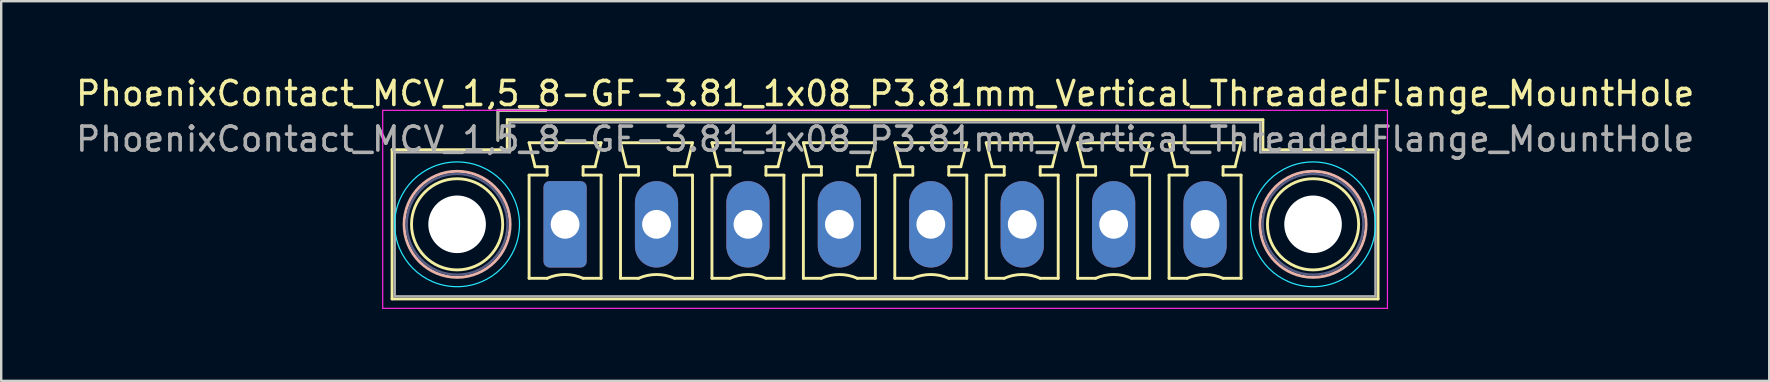
<source format=kicad_pcb>
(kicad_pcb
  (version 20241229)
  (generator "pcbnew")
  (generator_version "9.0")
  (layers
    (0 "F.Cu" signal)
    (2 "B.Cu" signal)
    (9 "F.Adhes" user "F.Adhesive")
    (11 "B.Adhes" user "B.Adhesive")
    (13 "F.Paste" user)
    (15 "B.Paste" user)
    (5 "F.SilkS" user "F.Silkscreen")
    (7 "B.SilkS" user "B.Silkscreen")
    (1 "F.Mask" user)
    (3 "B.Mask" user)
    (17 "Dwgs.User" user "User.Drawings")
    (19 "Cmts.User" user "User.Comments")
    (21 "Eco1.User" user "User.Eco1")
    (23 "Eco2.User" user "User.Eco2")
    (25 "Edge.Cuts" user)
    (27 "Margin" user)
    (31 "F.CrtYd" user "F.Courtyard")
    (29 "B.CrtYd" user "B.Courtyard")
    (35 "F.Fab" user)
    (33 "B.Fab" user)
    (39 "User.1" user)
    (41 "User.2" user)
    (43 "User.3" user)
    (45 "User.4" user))
  (footprint "PhoenixContact_MCV_1,5_8-GF-3.81_1x08_P3.81mm_Vertical_ThreadedFlange_MountHole"
    (layer "F.Cu")
    (at 20.499 6.298)
    (property "Reference" "PhoenixContact_MCV_1,5_8-GF-3.81_1x08_P3.81mm_Vertical_ThreadedFlange_MountHole" (at 13.34 -5.45 0) (layer "F.SilkS") (effects (font (size 1 1) (thickness 0.15))))
    (attr through_hole)
    (fp_line (start -7.21 -3.11) (end -7.21 3.11) (stroke (width 0.12) (type solid)) (layer "F.SilkS"))
    (fp_line (start -7.21 3.11) (end 33.88 3.11) (stroke (width 0.12) (type solid)) (layer "F.SilkS"))
    (fp_line (start -2.8 -4.75) (end -0.8 -4.75) (stroke (width 0.12) (type solid)) (layer "F.SilkS"))
    (fp_line (start -2.8 -3.5) (end -2.8 -4.75) (stroke (width 0.12) (type solid)) (layer "F.SilkS"))
    (fp_line (start -2.41 -4.36) (end -2.41 -3.11) (stroke (width 0.12) (type solid)) (layer "F.SilkS"))
    (fp_line (start -2.41 -3.11) (end -7.21 -3.11) (stroke (width 0.12) (type solid)) (layer "F.SilkS"))
    (fp_line (start -1.5 -3.4) (end 1.5 -3.4) (stroke (width 0.12) (type solid)) (layer "F.SilkS"))
    (fp_line (start -1.5 -2.05) (end -0.75 -2.05) (stroke (width 0.12) (type solid)) (layer "F.SilkS"))
    (fp_line (start -1.5 2.25) (end -1.5 -2.05) (stroke (width 0.12) (type solid)) (layer "F.SilkS"))
    (fp_line (start -1.25 -2.4) (end -1.5 -3.4) (stroke (width 0.12) (type solid)) (layer "F.SilkS"))
    (fp_line (start -0.75 -2.4) (end -1.25 -2.4) (stroke (width 0.12) (type solid)) (layer "F.SilkS"))
    (fp_line (start -0.75 -2.05) (end -0.75 -2.4) (stroke (width 0.12) (type solid)) (layer "F.SilkS"))
    (fp_line (start -0.75 2.25) (end -1.5 2.25) (stroke (width 0.12) (type solid)) (layer "F.SilkS"))
    (fp_line (start 0.75 -2.4) (end 0.75 -2.05) (stroke (width 0.12) (type solid)) (layer "F.SilkS"))
    (fp_line (start 0.75 -2.05) (end 1.5 -2.05) (stroke (width 0.12) (type solid)) (layer "F.SilkS"))
    (fp_line (start 1.25 -2.4) (end 0.75 -2.4) (stroke (width 0.12) (type solid)) (layer "F.SilkS"))
    (fp_line (start 1.5 -3.4) (end 1.25 -2.4) (stroke (width 0.12) (type solid)) (layer "F.SilkS"))
    (fp_line (start 1.5 -2.05) (end 1.5 2.25) (stroke (width 0.12) (type solid)) (layer "F.SilkS"))
    (fp_line (start 1.5 2.25) (end 0.75 2.25) (stroke (width 0.12) (type solid)) (layer "F.SilkS"))
    (fp_line (start 2.31 -3.4) (end 5.31 -3.4) (stroke (width 0.12) (type solid)) (layer "F.SilkS"))
    (fp_line (start 2.31 -2.05) (end 3.06 -2.05) (stroke (width 0.12) (type solid)) (layer "F.SilkS"))
    (fp_line (start 2.31 2.25) (end 2.31 -2.05) (stroke (width 0.12) (type solid)) (layer "F.SilkS"))
    (fp_line (start 2.56 -2.4) (end 2.31 -3.4) (stroke (width 0.12) (type solid)) (layer "F.SilkS"))
    (fp_line (start 3.06 -2.4) (end 2.56 -2.4) (stroke (width 0.12) (type solid)) (layer "F.SilkS"))
    (fp_line (start 3.06 -2.05) (end 3.06 -2.4) (stroke (width 0.12) (type solid)) (layer "F.SilkS"))
    (fp_line (start 3.06 2.25) (end 2.31 2.25) (stroke (width 0.12) (type solid)) (layer "F.SilkS"))
    (fp_line (start 4.56 -2.4) (end 4.56 -2.05) (stroke (width 0.12) (type solid)) (layer "F.SilkS"))
    (fp_line (start 4.56 -2.05) (end 5.31 -2.05) (stroke (width 0.12) (type solid)) (layer "F.SilkS"))
    (fp_line (start 5.06 -2.4) (end 4.56 -2.4) (stroke (width 0.12) (type solid)) (layer "F.SilkS"))
    (fp_line (start 5.31 -3.4) (end 5.06 -2.4) (stroke (width 0.12) (type solid)) (layer "F.SilkS"))
    (fp_line (start 5.31 -2.05) (end 5.31 2.25) (stroke (width 0.12) (type solid)) (layer "F.SilkS"))
    (fp_line (start 5.31 2.25) (end 4.56 2.25) (stroke (width 0.12) (type solid)) (layer "F.SilkS"))
    (fp_line (start 6.12 -3.4) (end 9.12 -3.4) (stroke (width 0.12) (type solid)) (layer "F.SilkS"))
    (fp_line (start 6.12 -2.05) (end 6.87 -2.05) (stroke (width 0.12) (type solid)) (layer "F.SilkS"))
    (fp_line (start 6.12 2.25) (end 6.12 -2.05) (stroke (width 0.12) (type solid)) (layer "F.SilkS"))
    (fp_line (start 6.37 -2.4) (end 6.12 -3.4) (stroke (width 0.12) (type solid)) (layer "F.SilkS"))
    (fp_line (start 6.87 -2.4) (end 6.37 -2.4) (stroke (width 0.12) (type solid)) (layer "F.SilkS"))
    (fp_line (start 6.87 -2.05) (end 6.87 -2.4) (stroke (width 0.12) (type solid)) (layer "F.SilkS"))
    (fp_line (start 6.87 2.25) (end 6.12 2.25) (stroke (width 0.12) (type solid)) (layer "F.SilkS"))
    (fp_line (start 8.37 -2.4) (end 8.37 -2.05) (stroke (width 0.12) (type solid)) (layer "F.SilkS"))
    (fp_line (start 8.37 -2.05) (end 9.12 -2.05) (stroke (width 0.12) (type solid)) (layer "F.SilkS"))
    (fp_line (start 8.87 -2.4) (end 8.37 -2.4) (stroke (width 0.12) (type solid)) (layer "F.SilkS"))
    (fp_line (start 9.12 -3.4) (end 8.87 -2.4) (stroke (width 0.12) (type solid)) (layer "F.SilkS"))
    (fp_line (start 9.12 -2.05) (end 9.12 2.25) (stroke (width 0.12) (type solid)) (layer "F.SilkS"))
    (fp_line (start 9.12 2.25) (end 8.37 2.25) (stroke (width 0.12) (type solid)) (layer "F.SilkS"))
    (fp_line (start 9.93 -3.4) (end 12.93 -3.4) (stroke (width 0.12) (type solid)) (layer "F.SilkS"))
    (fp_line (start 9.93 -2.05) (end 10.68 -2.05) (stroke (width 0.12) (type solid)) (layer "F.SilkS"))
    (fp_line (start 9.93 2.25) (end 9.93 -2.05) (stroke (width 0.12) (type solid)) (layer "F.SilkS"))
    (fp_line (start 10.18 -2.4) (end 9.93 -3.4) (stroke (width 0.12) (type solid)) (layer "F.SilkS"))
    (fp_line (start 10.68 -2.4) (end 10.18 -2.4) (stroke (width 0.12) (type solid)) (layer "F.SilkS"))
    (fp_line (start 10.68 -2.05) (end 10.68 -2.4) (stroke (width 0.12) (type solid)) (layer "F.SilkS"))
    (fp_line (start 10.68 2.25) (end 9.93 2.25) (stroke (width 0.12) (type solid)) (layer "F.SilkS"))
    (fp_line (start 12.18 -2.4) (end 12.18 -2.05) (stroke (width 0.12) (type solid)) (layer "F.SilkS"))
    (fp_line (start 12.18 -2.05) (end 12.93 -2.05) (stroke (width 0.12) (type solid)) (layer "F.SilkS"))
    (fp_line (start 12.68 -2.4) (end 12.18 -2.4) (stroke (width 0.12) (type solid)) (layer "F.SilkS"))
    (fp_line (start 12.93 -3.4) (end 12.68 -2.4) (stroke (width 0.12) (type solid)) (layer "F.SilkS"))
    (fp_line (start 12.93 -2.05) (end 12.93 2.25) (stroke (width 0.12) (type solid)) (layer "F.SilkS"))
    (fp_line (start 12.93 2.25) (end 12.18 2.25) (stroke (width 0.12) (type solid)) (layer "F.SilkS"))
    (fp_line (start 13.74 -3.4) (end 16.74 -3.4) (stroke (width 0.12) (type solid)) (layer "F.SilkS"))
    (fp_line (start 13.74 -2.05) (end 14.49 -2.05) (stroke (width 0.12) (type solid)) (layer "F.SilkS"))
    (fp_line (start 13.74 2.25) (end 13.74 -2.05) (stroke (width 0.12) (type solid)) (layer "F.SilkS"))
    (fp_line (start 13.99 -2.4) (end 13.74 -3.4) (stroke (width 0.12) (type solid)) (layer "F.SilkS"))
    (fp_line (start 14.49 -2.4) (end 13.99 -2.4) (stroke (width 0.12) (type solid)) (layer "F.SilkS"))
    (fp_line (start 14.49 -2.05) (end 14.49 -2.4) (stroke (width 0.12) (type solid)) (layer "F.SilkS"))
    (fp_line (start 14.49 2.25) (end 13.74 2.25) (stroke (width 0.12) (type solid)) (layer "F.SilkS"))
    (fp_line (start 15.99 -2.4) (end 15.99 -2.05) (stroke (width 0.12) (type solid)) (layer "F.SilkS"))
    (fp_line (start 15.99 -2.05) (end 16.74 -2.05) (stroke (width 0.12) (type solid)) (layer "F.SilkS"))
    (fp_line (start 16.49 -2.4) (end 15.99 -2.4) (stroke (width 0.12) (type solid)) (layer "F.SilkS"))
    (fp_line (start 16.74 -3.4) (end 16.49 -2.4) (stroke (width 0.12) (type solid)) (layer "F.SilkS"))
    (fp_line (start 16.74 -2.05) (end 16.74 2.25) (stroke (width 0.12) (type solid)) (layer "F.SilkS"))
    (fp_line (start 16.74 2.25) (end 15.99 2.25) (stroke (width 0.12) (type solid)) (layer "F.SilkS"))
    (fp_line (start 17.55 -3.4) (end 20.55 -3.4) (stroke (width 0.12) (type solid)) (layer "F.SilkS"))
    (fp_line (start 17.55 -2.05) (end 18.3 -2.05) (stroke (width 0.12) (type solid)) (layer "F.SilkS"))
    (fp_line (start 17.55 2.25) (end 17.55 -2.05) (stroke (width 0.12) (type solid)) (layer "F.SilkS"))
    (fp_line (start 17.8 -2.4) (end 17.55 -3.4) (stroke (width 0.12) (type solid)) (layer "F.SilkS"))
    (fp_line (start 18.3 -2.4) (end 17.8 -2.4) (stroke (width 0.12) (type solid)) (layer "F.SilkS"))
    (fp_line (start 18.3 -2.05) (end 18.3 -2.4) (stroke (width 0.12) (type solid)) (layer "F.SilkS"))
    (fp_line (start 18.3 2.25) (end 17.55 2.25) (stroke (width 0.12) (type solid)) (layer "F.SilkS"))
    (fp_line (start 19.8 -2.4) (end 19.8 -2.05) (stroke (width 0.12) (type solid)) (layer "F.SilkS"))
    (fp_line (start 19.8 -2.05) (end 20.55 -2.05) (stroke (width 0.12) (type solid)) (layer "F.SilkS"))
    (fp_line (start 20.3 -2.4) (end 19.8 -2.4) (stroke (width 0.12) (type solid)) (layer "F.SilkS"))
    (fp_line (start 20.55 -3.4) (end 20.3 -2.4) (stroke (width 0.12) (type solid)) (layer "F.SilkS"))
    (fp_line (start 20.55 -2.05) (end 20.55 2.25) (stroke (width 0.12) (type solid)) (layer "F.SilkS"))
    (fp_line (start 20.55 2.25) (end 19.8 2.25) (stroke (width 0.12) (type solid)) (layer "F.SilkS"))
    (fp_line (start 21.36 -3.4) (end 24.36 -3.4) (stroke (width 0.12) (type solid)) (layer "F.SilkS"))
    (fp_line (start 21.36 -2.05) (end 22.11 -2.05) (stroke (width 0.12) (type solid)) (layer "F.SilkS"))
    (fp_line (start 21.36 2.25) (end 21.36 -2.05) (stroke (width 0.12) (type solid)) (layer "F.SilkS"))
    (fp_line (start 21.61 -2.4) (end 21.36 -3.4) (stroke (width 0.12) (type solid)) (layer "F.SilkS"))
    (fp_line (start 22.11 -2.4) (end 21.61 -2.4) (stroke (width 0.12) (type solid)) (layer "F.SilkS"))
    (fp_line (start 22.11 -2.05) (end 22.11 -2.4) (stroke (width 0.12) (type solid)) (layer "F.SilkS"))
    (fp_line (start 22.11 2.25) (end 21.36 2.25) (stroke (width 0.12) (type solid)) (layer "F.SilkS"))
    (fp_line (start 23.61 -2.4) (end 23.61 -2.05) (stroke (width 0.12) (type solid)) (layer "F.SilkS"))
    (fp_line (start 23.61 -2.05) (end 24.36 -2.05) (stroke (width 0.12) (type solid)) (layer "F.SilkS"))
    (fp_line (start 24.11 -2.4) (end 23.61 -2.4) (stroke (width 0.12) (type solid)) (layer "F.SilkS"))
    (fp_line (start 24.36 -3.4) (end 24.11 -2.4) (stroke (width 0.12) (type solid)) (layer "F.SilkS"))
    (fp_line (start 24.36 -2.05) (end 24.36 2.25) (stroke (width 0.12) (type solid)) (layer "F.SilkS"))
    (fp_line (start 24.36 2.25) (end 23.61 2.25) (stroke (width 0.12) (type solid)) (layer "F.SilkS"))
    (fp_line (start 25.17 -3.4) (end 28.17 -3.4) (stroke (width 0.12) (type solid)) (layer "F.SilkS"))
    (fp_line (start 25.17 -2.05) (end 25.92 -2.05) (stroke (width 0.12) (type solid)) (layer "F.SilkS"))
    (fp_line (start 25.17 2.25) (end 25.17 -2.05) (stroke (width 0.12) (type solid)) (layer "F.SilkS"))
    (fp_line (start 25.42 -2.4) (end 25.17 -3.4) (stroke (width 0.12) (type solid)) (layer "F.SilkS"))
    (fp_line (start 25.92 -2.4) (end 25.42 -2.4) (stroke (width 0.12) (type solid)) (layer "F.SilkS"))
    (fp_line (start 25.92 -2.05) (end 25.92 -2.4) (stroke (width 0.12) (type solid)) (layer "F.SilkS"))
    (fp_line (start 25.92 2.25) (end 25.17 2.25) (stroke (width 0.12) (type solid)) (layer "F.SilkS"))
    (fp_line (start 27.42 -2.4) (end 27.42 -2.05) (stroke (width 0.12) (type solid)) (layer "F.SilkS"))
    (fp_line (start 27.42 -2.05) (end 28.17 -2.05) (stroke (width 0.12) (type solid)) (layer "F.SilkS"))
    (fp_line (start 27.92 -2.4) (end 27.42 -2.4) (stroke (width 0.12) (type solid)) (layer "F.SilkS"))
    (fp_line (start 28.17 -3.4) (end 27.92 -2.4) (stroke (width 0.12) (type solid)) (layer "F.SilkS"))
    (fp_line (start 28.17 -2.05) (end 28.17 2.25) (stroke (width 0.12) (type solid)) (layer "F.SilkS"))
    (fp_line (start 28.17 2.25) (end 27.42 2.25) (stroke (width 0.12) (type solid)) (layer "F.SilkS"))
    (fp_line (start 29.08 -4.36) (end -2.41 -4.36) (stroke (width 0.12) (type solid)) (layer "F.SilkS"))
    (fp_line (start 29.08 -3.11) (end 29.08 -4.36) (stroke (width 0.12) (type solid)) (layer "F.SilkS"))
    (fp_line (start 33.88 -3.11) (end 29.08 -3.11) (stroke (width 0.12) (type solid)) (layer "F.SilkS"))
    (fp_line (start 33.88 3.11) (end 33.88 -3.11) (stroke (width 0.12) (type solid)) (layer "F.SilkS"))
    (fp_arc (start -0.75 2.25) (mid -0.000193 2.09191) (end 0.749647 2.249844) (stroke (width 0.12) (type solid)) (layer "F.SilkS"))
    (fp_arc (start 3.06 2.25) (mid 3.809807 2.09191) (end 4.559647 2.249844) (stroke (width 0.12) (type solid)) (layer "F.SilkS"))
    (fp_arc (start 6.87 2.25) (mid 7.619807 2.09191) (end 8.369647 2.249844) (stroke (width 0.12) (type solid)) (layer "F.SilkS"))
    (fp_arc (start 10.68 2.25) (mid 11.429807 2.09191) (end 12.179647 2.249844) (stroke (width 0.12) (type solid)) (layer "F.SilkS"))
    (fp_arc (start 14.49 2.25) (mid 15.239807 2.09191) (end 15.989647 2.249844) (stroke (width 0.12) (type solid)) (layer "F.SilkS"))
    (fp_arc (start 18.3 2.25) (mid 19.049807 2.09191) (end 19.799647 2.249844) (stroke (width 0.12) (type solid)) (layer "F.SilkS"))
    (fp_arc (start 22.11 2.25) (mid 22.859807 2.09191) (end 23.609647 2.249844) (stroke (width 0.12) (type solid)) (layer "F.SilkS"))
    (fp_arc (start 25.92 2.25) (mid 26.669807 2.09191) (end 27.419647 2.249844) (stroke (width 0.12) (type solid)) (layer "F.SilkS"))
    (fp_circle (center -4.5 0) (end -2.6 0) (stroke (width 0.12) (type solid)) (fill no) (layer "F.SilkS"))
    (fp_circle (center 31.17 0) (end 33.07 0) (stroke (width 0.12) (type solid)) (fill no) (layer "F.SilkS"))
    (fp_circle (center -4.5 0) (end -2.29 0) (stroke (width 0.12) (type solid)) (fill no) (layer "B.SilkS"))
    (fp_circle (center 31.17 0) (end 33.38 0) (stroke (width 0.12) (type solid)) (fill no) (layer "B.SilkS"))
    (fp_circle (center -4.5 0) (end -1.9 0) (stroke (width 0.05) (type solid)) (fill no) (layer "B.CrtYd"))
    (fp_circle (center 31.17 0) (end 33.77 0) (stroke (width 0.05) (type solid)) (fill no) (layer "B.CrtYd"))
    (fp_line (start -7.6 -4.75) (end -7.6 3.5) (stroke (width 0.05) (type solid)) (layer "F.CrtYd"))
    (fp_line (start -7.6 3.5) (end 34.27 3.5) (stroke (width 0.05) (type solid)) (layer "F.CrtYd"))
    (fp_line (start 34.27 -4.75) (end -7.6 -4.75) (stroke (width 0.05) (type solid)) (layer "F.CrtYd"))
    (fp_line (start 34.27 3.5) (end 34.27 -4.75) (stroke (width 0.05) (type solid)) (layer "F.CrtYd"))
    (fp_circle (center -4.5 0) (end -2.4 0) (stroke (width 0.1) (type solid)) (fill no) (layer "B.Fab"))
    (fp_circle (center 31.17 0) (end 33.27 0) (stroke (width 0.1) (type solid)) (fill no) (layer "B.Fab"))
    (fp_line (start -7.1 -3) (end -7.1 3) (stroke (width 0.1) (type solid)) (layer "F.Fab"))
    (fp_line (start -7.1 3) (end 33.77 3) (stroke (width 0.1) (type solid)) (layer "F.Fab"))
    (fp_line (start -2.8 -4.75) (end -0.8 -4.75) (stroke (width 0.1) (type solid)) (layer "F.Fab"))
    (fp_line (start -2.8 -3.5) (end -2.8 -4.75) (stroke (width 0.1) (type solid)) (layer "F.Fab"))
    (fp_line (start -2.3 -4.25) (end -2.3 -3) (stroke (width 0.1) (type solid)) (layer "F.Fab"))
    (fp_line (start -2.3 -3) (end -7.1 -3) (stroke (width 0.1) (type solid)) (layer "F.Fab"))
    (fp_line (start 28.97 -4.25) (end -2.3 -4.25) (stroke (width 0.1) (type solid)) (layer "F.Fab"))
    (fp_line (start 28.97 -3) (end 28.97 -4.25) (stroke (width 0.1) (type solid)) (layer "F.Fab"))
    (fp_line (start 33.77 -3) (end 28.97 -3) (stroke (width 0.1) (type solid)) (layer "F.Fab"))
    (fp_line (start 33.77 3) (end 33.77 -3) (stroke (width 0.1) (type solid)) (layer "F.Fab"))
    (fp_text user "${REFERENCE}" (at 13.34 -3.55 0) (layer "F.Fab") (effects (font (size 1 1) (thickness 0.15))))
    (pad "" np_thru_hole circle (at -4.5 0) (size 2.4 2.4) (drill 2.4) (layers "*.Cu" "*.Mask"))
    (pad "" np_thru_hole circle (at 31.17 0) (size 2.4 2.4) (drill 2.4) (layers "*.Cu" "*.Mask"))
    (pad "1" thru_hole roundrect (at 0 0) (size 1.8 3.6) (drill 1.2) (layers "*.Cu" "*.Mask") (roundrect_rratio 0.139))
    (pad "2" thru_hole oval (at 3.81 0) (size 1.8 3.6) (drill 1.2) (layers "*.Cu" "*.Mask"))
    (pad "3" thru_hole oval (at 7.62 0) (size 1.8 3.6) (drill 1.2) (layers "*.Cu" "*.Mask"))
    (pad "4" thru_hole oval (at 11.43 0) (size 1.8 3.6) (drill 1.2) (layers "*.Cu" "*.Mask"))
    (pad "5" thru_hole oval (at 15.24 0) (size 1.8 3.6) (drill 1.2) (layers "*.Cu" "*.Mask"))
    (pad "6" thru_hole oval (at 19.05 0) (size 1.8 3.6) (drill 1.2) (layers "*.Cu" "*.Mask"))
    (pad "7" thru_hole oval (at 22.86 0) (size 1.8 3.6) (drill 1.2) (layers "*.Cu" "*.Mask"))
    (pad "8" thru_hole oval (at 26.67 0) (size 1.8 3.6) (drill 1.2) (layers "*.Cu" "*.Mask")))
  (gr_rect
    (start -3 -3)
    (end 70.679 12.823)
    (stroke (width 0.1) (type default))
    (fill no)
    (layer "Edge.Cuts")))
</source>
